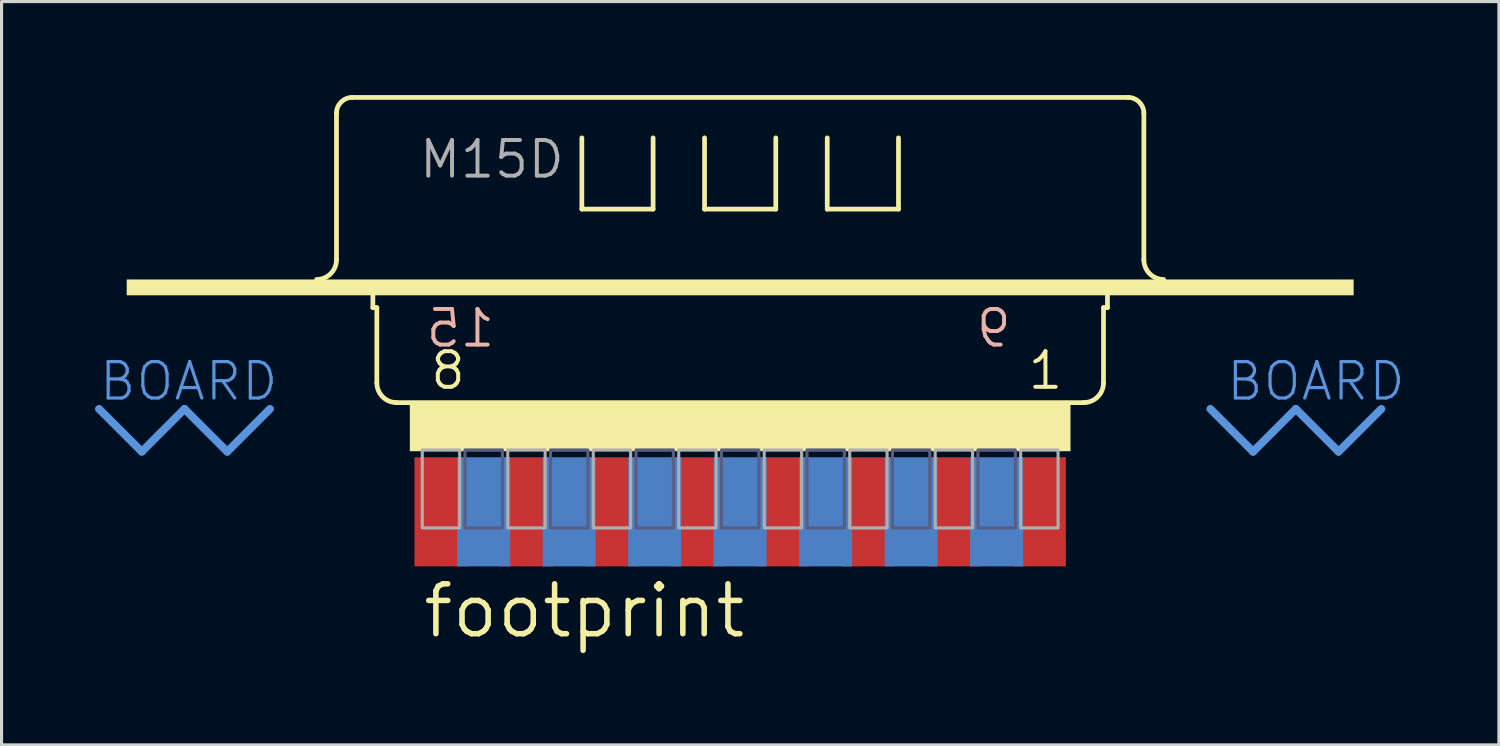
<source format=kicad_pcb>
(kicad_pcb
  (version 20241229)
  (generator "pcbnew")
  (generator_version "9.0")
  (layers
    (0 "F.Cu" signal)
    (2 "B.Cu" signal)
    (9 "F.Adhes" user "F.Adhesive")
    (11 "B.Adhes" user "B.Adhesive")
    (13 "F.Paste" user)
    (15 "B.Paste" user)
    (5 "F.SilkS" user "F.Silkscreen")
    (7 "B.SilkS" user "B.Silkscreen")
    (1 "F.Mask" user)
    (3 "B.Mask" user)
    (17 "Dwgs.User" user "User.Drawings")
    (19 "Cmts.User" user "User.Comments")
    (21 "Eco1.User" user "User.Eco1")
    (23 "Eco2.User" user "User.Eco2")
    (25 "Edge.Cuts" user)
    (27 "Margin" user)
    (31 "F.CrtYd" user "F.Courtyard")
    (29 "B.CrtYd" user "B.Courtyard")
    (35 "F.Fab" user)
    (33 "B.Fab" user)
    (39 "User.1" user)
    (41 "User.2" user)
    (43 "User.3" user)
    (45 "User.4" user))
  (footprint "footprint"
    (layer "F.Cu")
    (at 20.701 7.329)
    (property "Reference" "footprint" (at -10.262 10.16 0) (layer "F.SilkS") (effects (font (size 1.6 1.6) (thickness 0.178)) (justify left bottom)))
    (fp_line (start -12.954 -2.046) (end -12.954 -6.745) (stroke (width 0.152) (type solid)) (layer "F.SilkS"))
    (fp_line (start -12.446 -7.253) (end 12.446 -7.253) (stroke (width 0.152) (type solid)) (layer "F.SilkS"))
    (fp_line (start -11.786 -0.508) (end -11.786 -1.016) (stroke (width 0.152) (type solid)) (layer "F.SilkS"))
    (fp_line (start -11.786 -0.508) (end -11.659 -0.508) (stroke (width 0.152) (type solid)) (layer "F.SilkS"))
    (fp_line (start -11.659 1.905) (end -11.659 -0.508) (stroke (width 0.152) (type solid)) (layer "F.SilkS"))
    (fp_line (start -11.043 2.54) (end 11.043 2.54) (stroke (width 0.152) (type solid)) (layer "F.SilkS"))
    (fp_line (start -5.08 -3.669) (end -5.08 -5.955) (stroke (width 0.152) (type solid)) (layer "F.SilkS"))
    (fp_line (start -2.794 -5.955) (end -2.794 -3.669) (stroke (width 0.152) (type solid)) (layer "F.SilkS"))
    (fp_line (start -2.794 -3.669) (end -5.08 -3.669) (stroke (width 0.152) (type solid)) (layer "F.SilkS"))
    (fp_line (start -1.143 -3.669) (end -1.143 -5.955) (stroke (width 0.152) (type solid)) (layer "F.SilkS"))
    (fp_line (start 1.143 -5.955) (end 1.143 -3.669) (stroke (width 0.152) (type solid)) (layer "F.SilkS"))
    (fp_line (start 1.143 -3.669) (end -1.143 -3.669) (stroke (width 0.152) (type solid)) (layer "F.SilkS"))
    (fp_line (start 2.794 -3.669) (end 2.794 -5.955) (stroke (width 0.152) (type solid)) (layer "F.SilkS"))
    (fp_line (start 5.08 -5.955) (end 5.08 -3.669) (stroke (width 0.152) (type solid)) (layer "F.SilkS"))
    (fp_line (start 5.08 -3.669) (end 2.794 -3.669) (stroke (width 0.152) (type solid)) (layer "F.SilkS"))
    (fp_line (start 11.659 -0.508) (end 11.786 -0.508) (stroke (width 0.152) (type solid)) (layer "F.SilkS"))
    (fp_line (start 11.659 1.905) (end 11.659 -0.508) (stroke (width 0.152) (type solid)) (layer "F.SilkS"))
    (fp_line (start 11.786 -0.508) (end 11.786 -1.016) (stroke (width 0.152) (type solid)) (layer "F.SilkS"))
    (fp_line (start 12.954 -2.046) (end 12.954 -6.745) (stroke (width 0.152) (type solid)) (layer "F.SilkS"))
    (fp_arc (start -12.954 -6.745) (mid -12.80521 -7.10421) (end -12.446 -7.253) (stroke (width 0.1524) (type solid)) (layer "F.SilkS"))
    (fp_arc (start -12.954 -2.046) (mid -13.139987 -1.596987) (end -13.589 -1.411) (stroke (width 0.1524) (type solid)) (layer "F.SilkS"))
    (fp_arc (start -11.0236 2.54) (mid -11.472613 2.354013) (end -11.6586 1.905) (stroke (width 0.1524) (type solid)) (layer "F.SilkS"))
    (fp_arc (start 11.6586 1.905) (mid 11.472613 2.354013) (end 11.0236 2.54) (stroke (width 0.1524) (type solid)) (layer "F.SilkS"))
    (fp_arc (start 12.446 -7.253) (mid 12.80521 -7.10421) (end 12.954 -6.745) (stroke (width 0.1524) (type solid)) (layer "F.SilkS"))
    (fp_arc (start 13.589 -1.411) (mid 13.139987 -1.596987) (end 12.954 -2.046) (stroke (width 0.1524) (type solid)) (layer "F.SilkS"))
    (fp_poly (pts (xy -19.685 -0.903) (xy 19.685 -0.903) (xy 19.685 -1.411) (xy -19.685 -1.411)) (stroke (width 0) (type solid)) (fill yes) (layer "F.SilkS"))
    (fp_poly (pts (xy -10.6 4.1) (xy 10.6 4.1) (xy 10.6 2.5) (xy -10.6 2.5)) (stroke (width 0) (type solid)) (fill yes) (layer "F.SilkS"))
    (fp_line (start -20.574 2.743) (end -19.202 4.115) (stroke (width 0.254) (type solid)) (layer "Cmts.User"))
    (fp_line (start -19.202 4.115) (end -17.831 2.743) (stroke (width 0.254) (type solid)) (layer "Cmts.User"))
    (fp_line (start -17.831 2.743) (end -16.459 4.115) (stroke (width 0.254) (type solid)) (layer "Cmts.User"))
    (fp_line (start -16.459 4.115) (end -15.088 2.743) (stroke (width 0.254) (type solid)) (layer "Cmts.User"))
    (fp_line (start 15.088 2.743) (end 16.459 4.115) (stroke (width 0.254) (type solid)) (layer "Cmts.User"))
    (fp_line (start 16.459 4.115) (end 17.831 2.743) (stroke (width 0.254) (type solid)) (layer "Cmts.User"))
    (fp_line (start 17.831 2.743) (end 19.202 4.115) (stroke (width 0.254) (type solid)) (layer "Cmts.User"))
    (fp_line (start 19.202 4.115) (end 20.574 2.743) (stroke (width 0.254) (type solid)) (layer "Cmts.User"))
    (fp_poly (pts (xy -8.83 6.56) (xy -7.63 6.56) (xy -7.63 4.06) (xy -8.83 4.06)) (stroke (width 0.1) (type solid)) (fill no) (layer "B.Fab"))
    (fp_poly (pts (xy -6.086 6.56) (xy -4.886 6.56) (xy -4.886 4.06) (xy -6.086 4.06)) (stroke (width 0.1) (type solid)) (fill no) (layer "B.Fab"))
    (fp_poly (pts (xy -3.343 6.56) (xy -2.143 6.56) (xy -2.143 4.06) (xy -3.343 4.06)) (stroke (width 0.1) (type solid)) (fill no) (layer "B.Fab"))
    (fp_poly (pts (xy -0.6 6.56) (xy 0.6 6.56) (xy 0.6 4.06) (xy -0.6 4.06)) (stroke (width 0.1) (type solid)) (fill no) (layer "B.Fab"))
    (fp_poly (pts (xy 2.143 6.56) (xy 3.343 6.56) (xy 3.343 4.06) (xy 2.143 4.06)) (stroke (width 0.1) (type solid)) (fill no) (layer "B.Fab"))
    (fp_poly (pts (xy 4.886 6.56) (xy 6.086 6.56) (xy 6.086 4.06) (xy 4.886 4.06)) (stroke (width 0.1) (type solid)) (fill no) (layer "B.Fab"))
    (fp_poly (pts (xy 7.63 6.56) (xy 8.83 6.56) (xy 8.83 4.06) (xy 7.63 4.06)) (stroke (width 0.1) (type solid)) (fill no) (layer "B.Fab"))
    (fp_poly (pts (xy -10.201 6.56) (xy -9.001 6.56) (xy -9.001 4.06) (xy -10.201 4.06)) (stroke (width 0.1) (type solid)) (fill no) (layer "F.Fab"))
    (fp_poly (pts (xy -7.458 6.56) (xy -6.258 6.56) (xy -6.258 4.06) (xy -7.458 4.06)) (stroke (width 0.1) (type solid)) (fill no) (layer "F.Fab"))
    (fp_poly (pts (xy -4.715 6.56) (xy -3.515 6.56) (xy -3.515 4.06) (xy -4.715 4.06)) (stroke (width 0.1) (type solid)) (fill no) (layer "F.Fab"))
    (fp_poly (pts (xy -1.972 6.56) (xy -0.772 6.56) (xy -0.772 4.06) (xy -1.972 4.06)) (stroke (width 0.1) (type solid)) (fill no) (layer "F.Fab"))
    (fp_poly (pts (xy 0.772 6.56) (xy 1.972 6.56) (xy 1.972 4.06) (xy 0.772 4.06)) (stroke (width 0.1) (type solid)) (fill no) (layer "F.Fab"))
    (fp_poly (pts (xy 3.515 6.56) (xy 4.715 6.56) (xy 4.715 4.06) (xy 3.515 4.06)) (stroke (width 0.1) (type solid)) (fill no) (layer "F.Fab"))
    (fp_poly (pts (xy 6.258 6.56) (xy 7.458 6.56) (xy 7.458 4.06) (xy 6.258 4.06)) (stroke (width 0.1) (type solid)) (fill no) (layer "F.Fab"))
    (fp_poly (pts (xy 9.001 6.56) (xy 10.201 6.56) (xy 10.201 4.06) (xy 9.001 4.06)) (stroke (width 0.1) (type solid)) (fill no) (layer "F.Fab"))
    (fp_text user "8" (at -10.003 2.179 0) (layer "F.SilkS") (effects (font (size 1.143 1.143) (thickness 0.127)) (justify left bottom)))
    (fp_text user "1" (at 9.168 2.179 0) (layer "F.SilkS") (effects (font (size 1.143 1.143) (thickness 0.127)) (justify left bottom)))
    (fp_text user "9" (at 8.768 0.825 0) (layer "B.SilkS") (effects (font (size 1.143 1.143) (thickness 0.127)) (justify left bottom mirror)))
    (fp_text user "15" (at -7.803 0.825 0) (layer "B.SilkS") (effects (font (size 1.143 1.143) (thickness 0.127)) (justify left bottom mirror)))
    (fp_text user "BOARD " (at -20.625 2.54 0) (layer "Cmts.User") (effects (font (size 1.168 1.168) (thickness 0.102)) (justify left bottom)))
    (fp_text user "BOARD" (at 15.545 2.54 0) (layer "Cmts.User") (effects (font (size 1.168 1.168) (thickness 0.102)) (justify left bottom)))
    (fp_text user "M15D" (at -10.363 -4.597 0) (layer "F.Fab") (effects (font (size 1.143 1.143) (thickness 0.127)) (justify left bottom)))
    (pad "1" smd rect (at 9.601 6.045) (size 1.7 3.5) (layers "F.Cu" "F.Mask" "F.Paste"))
    (pad "2" smd rect (at 6.858 6.045) (size 1.7 3.5) (layers "F.Cu" "F.Mask" "F.Paste"))
    (pad "3" smd rect (at 4.115 6.045) (size 1.7 3.5) (layers "F.Cu" "F.Mask" "F.Paste"))
    (pad "4" smd rect (at 1.372 6.045) (size 1.7 3.5) (layers "F.Cu" "F.Mask" "F.Paste"))
    (pad "5" smd rect (at -1.372 6.045) (size 1.7 3.5) (layers "F.Cu" "F.Mask" "F.Paste"))
    (pad "6" smd rect (at -4.115 6.045) (size 1.7 3.5) (layers "F.Cu" "F.Mask" "F.Paste"))
    (pad "7" smd rect (at -6.858 6.045) (size 1.7 3.5) (layers "F.Cu" "F.Mask" "F.Paste"))
    (pad "8" smd rect (at -9.601 6.045) (size 1.7 3.5) (layers "F.Cu" "F.Mask" "F.Paste"))
    (pad "9" smd rect (at 8.23 6.045) (size 1.7 3.5) (layers "B.Cu" "B.Mask" "B.Paste"))
    (pad "10" smd rect (at 5.486 6.045) (size 1.7 3.5) (layers "B.Cu" "B.Mask" "B.Paste"))
    (pad "11" smd rect (at 2.743 6.045) (size 1.7 3.5) (layers "B.Cu" "B.Mask" "B.Paste"))
    (pad "12" smd rect (at 0 6.045) (size 1.7 3.5) (layers "B.Cu" "B.Mask" "B.Paste"))
    (pad "13" smd rect (at -2.743 6.045) (size 1.7 3.5) (layers "B.Cu" "B.Mask" "B.Paste"))
    (pad "14" smd rect (at -5.486 6.045) (size 1.7 3.5) (layers "B.Cu" "B.Mask" "B.Paste"))
    (pad "15" smd rect (at -8.23 6.045) (size 1.7 3.5) (layers "B.Cu" "B.Mask" "B.Paste")))
  (gr_rect
    (start -3 -3)
    (end 45.048 20.852)
    (stroke (width 0.1) (type default))
    (fill no)
    (layer "Edge.Cuts")))
</source>
